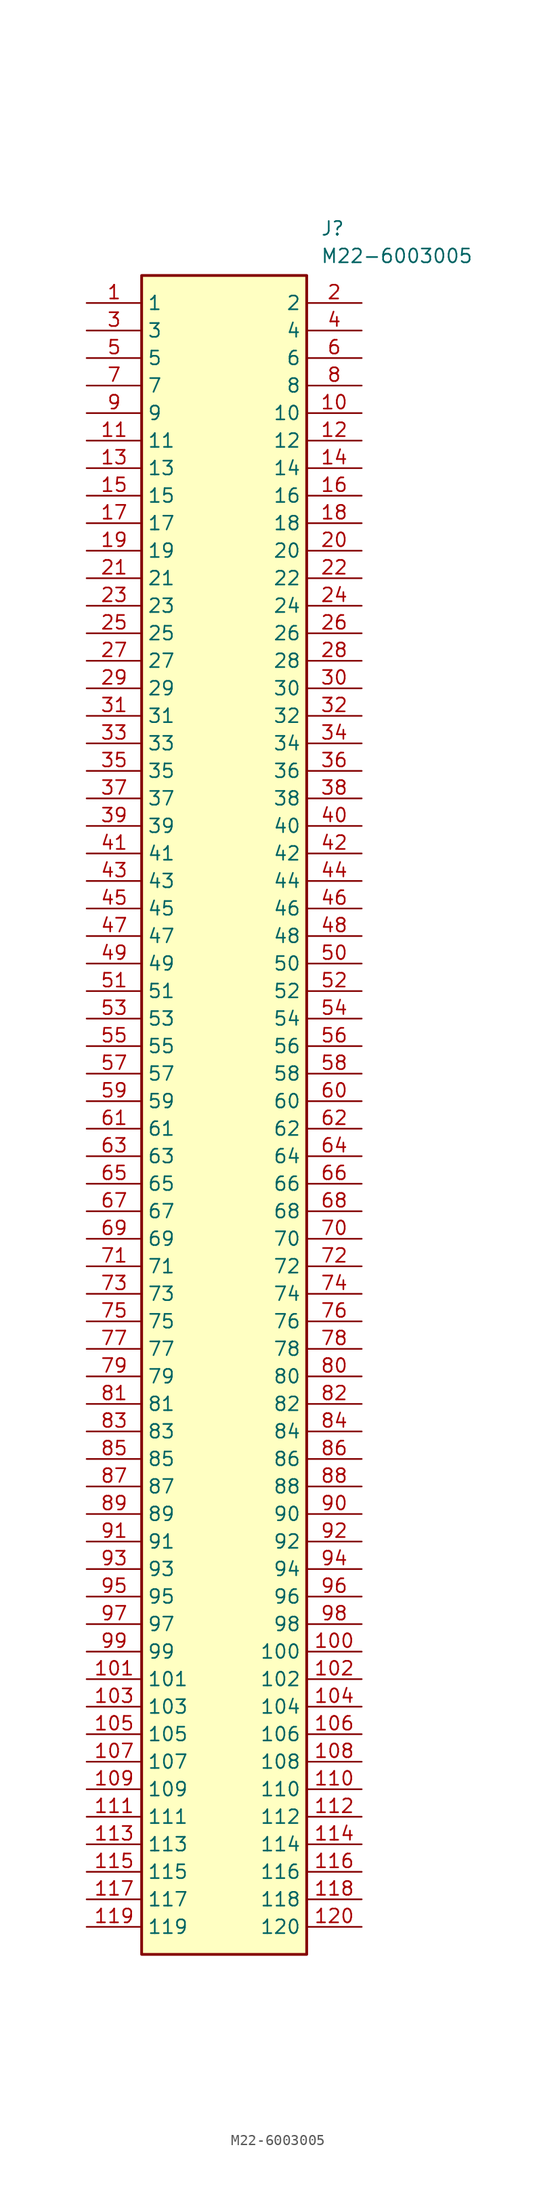
<source format=kicad_sym>
(kicad_symbol_lib
  (version 20220914)
  (generator kicad_symbol_editor)
  (symbol "M22-6003005"
    (property "Reference" "J"
      (at 21.59 7.62 0)
      (effects (font (size 1.27 1.27)) (justify left top)))
    (property "Value" "M22-6003005"
      (at 21.59 5.08 0)
      (effects (font (size 1.27 1.27)) (justify left top)))
    (symbol "M22-6003005_1_1"
      (rectangle (start 5.08 2.54) (end 20.32 -152.4) (stroke (width 0.254) (type default)) (fill (type background)))
      (pin passive line (at 0 0 0) (length 5.08) (name "1" (effects (font (size 1.27 1.27)))) (number "1" (effects (font (size 1.27 1.27)))))
      (pin passive line (at 25.4 -10.16 180) (length 5.08) (name "10" (effects (font (size 1.27 1.27)))) (number "10" (effects (font (size 1.27 1.27)))))
      (pin passive line (at 25.4 -124.46 180) (length 5.08) (name "100" (effects (font (size 1.27 1.27)))) (number "100" (effects (font (size 1.27 1.27)))))
      (pin passive line (at 0 -127 0) (length 5.08) (name "101" (effects (font (size 1.27 1.27)))) (number "101" (effects (font (size 1.27 1.27)))))
      (pin passive line (at 25.4 -127 180) (length 5.08) (name "102" (effects (font (size 1.27 1.27)))) (number "102" (effects (font (size 1.27 1.27)))))
      (pin passive line (at 0 -129.54 0) (length 5.08) (name "103" (effects (font (size 1.27 1.27)))) (number "103" (effects (font (size 1.27 1.27)))))
      (pin passive line (at 25.4 -129.54 180) (length 5.08) (name "104" (effects (font (size 1.27 1.27)))) (number "104" (effects (font (size 1.27 1.27)))))
      (pin passive line (at 0 -132.08 0) (length 5.08) (name "105" (effects (font (size 1.27 1.27)))) (number "105" (effects (font (size 1.27 1.27)))))
      (pin passive line (at 25.4 -132.08 180) (length 5.08) (name "106" (effects (font (size 1.27 1.27)))) (number "106" (effects (font (size 1.27 1.27)))))
      (pin passive line (at 0 -134.62 0) (length 5.08) (name "107" (effects (font (size 1.27 1.27)))) (number "107" (effects (font (size 1.27 1.27)))))
      (pin passive line (at 25.4 -134.62 180) (length 5.08) (name "108" (effects (font (size 1.27 1.27)))) (number "108" (effects (font (size 1.27 1.27)))))
      (pin passive line (at 0 -137.16 0) (length 5.08) (name "109" (effects (font (size 1.27 1.27)))) (number "109" (effects (font (size 1.27 1.27)))))
      (pin passive line (at 0 -12.7 0) (length 5.08) (name "11" (effects (font (size 1.27 1.27)))) (number "11" (effects (font (size 1.27 1.27)))))
      (pin passive line (at 25.4 -137.16 180) (length 5.08) (name "110" (effects (font (size 1.27 1.27)))) (number "110" (effects (font (size 1.27 1.27)))))
      (pin passive line (at 0 -139.7 0) (length 5.08) (name "111" (effects (font (size 1.27 1.27)))) (number "111" (effects (font (size 1.27 1.27)))))
      (pin passive line (at 25.4 -139.7 180) (length 5.08) (name "112" (effects (font (size 1.27 1.27)))) (number "112" (effects (font (size 1.27 1.27)))))
      (pin passive line (at 0 -142.24 0) (length 5.08) (name "113" (effects (font (size 1.27 1.27)))) (number "113" (effects (font (size 1.27 1.27)))))
      (pin passive line (at 25.4 -142.24 180) (length 5.08) (name "114" (effects (font (size 1.27 1.27)))) (number "114" (effects (font (size 1.27 1.27)))))
      (pin passive line (at 0 -144.78 0) (length 5.08) (name "115" (effects (font (size 1.27 1.27)))) (number "115" (effects (font (size 1.27 1.27)))))
      (pin passive line (at 25.4 -144.78 180) (length 5.08) (name "116" (effects (font (size 1.27 1.27)))) (number "116" (effects (font (size 1.27 1.27)))))
      (pin passive line (at 0 -147.32 0) (length 5.08) (name "117" (effects (font (size 1.27 1.27)))) (number "117" (effects (font (size 1.27 1.27)))))
      (pin passive line (at 25.4 -147.32 180) (length 5.08) (name "118" (effects (font (size 1.27 1.27)))) (number "118" (effects (font (size 1.27 1.27)))))
      (pin passive line (at 0 -149.86 0) (length 5.08) (name "119" (effects (font (size 1.27 1.27)))) (number "119" (effects (font (size 1.27 1.27)))))
      (pin passive line (at 25.4 -12.7 180) (length 5.08) (name "12" (effects (font (size 1.27 1.27)))) (number "12" (effects (font (size 1.27 1.27)))))
      (pin passive line (at 25.4 -149.86 180) (length 5.08) (name "120" (effects (font (size 1.27 1.27)))) (number "120" (effects (font (size 1.27 1.27)))))
      (pin passive line (at 0 -15.24 0) (length 5.08) (name "13" (effects (font (size 1.27 1.27)))) (number "13" (effects (font (size 1.27 1.27)))))
      (pin passive line (at 25.4 -15.24 180) (length 5.08) (name "14" (effects (font (size 1.27 1.27)))) (number "14" (effects (font (size 1.27 1.27)))))
      (pin passive line (at 0 -17.78 0) (length 5.08) (name "15" (effects (font (size 1.27 1.27)))) (number "15" (effects (font (size 1.27 1.27)))))
      (pin passive line (at 25.4 -17.78 180) (length 5.08) (name "16" (effects (font (size 1.27 1.27)))) (number "16" (effects (font (size 1.27 1.27)))))
      (pin passive line (at 0 -20.32 0) (length 5.08) (name "17" (effects (font (size 1.27 1.27)))) (number "17" (effects (font (size 1.27 1.27)))))
      (pin passive line (at 25.4 -20.32 180) (length 5.08) (name "18" (effects (font (size 1.27 1.27)))) (number "18" (effects (font (size 1.27 1.27)))))
      (pin passive line (at 0 -22.86 0) (length 5.08) (name "19" (effects (font (size 1.27 1.27)))) (number "19" (effects (font (size 1.27 1.27)))))
      (pin passive line (at 25.4 0 180) (length 5.08) (name "2" (effects (font (size 1.27 1.27)))) (number "2" (effects (font (size 1.27 1.27)))))
      (pin passive line (at 25.4 -22.86 180) (length 5.08) (name "20" (effects (font (size 1.27 1.27)))) (number "20" (effects (font (size 1.27 1.27)))))
      (pin passive line (at 0 -25.4 0) (length 5.08) (name "21" (effects (font (size 1.27 1.27)))) (number "21" (effects (font (size 1.27 1.27)))))
      (pin passive line (at 25.4 -25.4 180) (length 5.08) (name "22" (effects (font (size 1.27 1.27)))) (number "22" (effects (font (size 1.27 1.27)))))
      (pin passive line (at 0 -27.94 0) (length 5.08) (name "23" (effects (font (size 1.27 1.27)))) (number "23" (effects (font (size 1.27 1.27)))))
      (pin passive line (at 25.4 -27.94 180) (length 5.08) (name "24" (effects (font (size 1.27 1.27)))) (number "24" (effects (font (size 1.27 1.27)))))
      (pin passive line (at 0 -30.48 0) (length 5.08) (name "25" (effects (font (size 1.27 1.27)))) (number "25" (effects (font (size 1.27 1.27)))))
      (pin passive line (at 25.4 -30.48 180) (length 5.08) (name "26" (effects (font (size 1.27 1.27)))) (number "26" (effects (font (size 1.27 1.27)))))
      (pin passive line (at 0 -33.02 0) (length 5.08) (name "27" (effects (font (size 1.27 1.27)))) (number "27" (effects (font (size 1.27 1.27)))))
      (pin passive line (at 25.4 -33.02 180) (length 5.08) (name "28" (effects (font (size 1.27 1.27)))) (number "28" (effects (font (size 1.27 1.27)))))
      (pin passive line (at 0 -35.56 0) (length 5.08) (name "29" (effects (font (size 1.27 1.27)))) (number "29" (effects (font (size 1.27 1.27)))))
      (pin passive line (at 0 -2.54 0) (length 5.08) (name "3" (effects (font (size 1.27 1.27)))) (number "3" (effects (font (size 1.27 1.27)))))
      (pin passive line (at 25.4 -35.56 180) (length 5.08) (name "30" (effects (font (size 1.27 1.27)))) (number "30" (effects (font (size 1.27 1.27)))))
      (pin passive line (at 0 -38.1 0) (length 5.08) (name "31" (effects (font (size 1.27 1.27)))) (number "31" (effects (font (size 1.27 1.27)))))
      (pin passive line (at 25.4 -38.1 180) (length 5.08) (name "32" (effects (font (size 1.27 1.27)))) (number "32" (effects (font (size 1.27 1.27)))))
      (pin passive line (at 0 -40.64 0) (length 5.08) (name "33" (effects (font (size 1.27 1.27)))) (number "33" (effects (font (size 1.27 1.27)))))
      (pin passive line (at 25.4 -40.64 180) (length 5.08) (name "34" (effects (font (size 1.27 1.27)))) (number "34" (effects (font (size 1.27 1.27)))))
      (pin passive line (at 0 -43.18 0) (length 5.08) (name "35" (effects (font (size 1.27 1.27)))) (number "35" (effects (font (size 1.27 1.27)))))
      (pin passive line (at 25.4 -43.18 180) (length 5.08) (name "36" (effects (font (size 1.27 1.27)))) (number "36" (effects (font (size 1.27 1.27)))))
      (pin passive line (at 0 -45.72 0) (length 5.08) (name "37" (effects (font (size 1.27 1.27)))) (number "37" (effects (font (size 1.27 1.27)))))
      (pin passive line (at 25.4 -45.72 180) (length 5.08) (name "38" (effects (font (size 1.27 1.27)))) (number "38" (effects (font (size 1.27 1.27)))))
      (pin passive line (at 0 -48.26 0) (length 5.08) (name "39" (effects (font (size 1.27 1.27)))) (number "39" (effects (font (size 1.27 1.27)))))
      (pin passive line (at 25.4 -2.54 180) (length 5.08) (name "4" (effects (font (size 1.27 1.27)))) (number "4" (effects (font (size 1.27 1.27)))))
      (pin passive line (at 25.4 -48.26 180) (length 5.08) (name "40" (effects (font (size 1.27 1.27)))) (number "40" (effects (font (size 1.27 1.27)))))
      (pin passive line (at 0 -50.8 0) (length 5.08) (name "41" (effects (font (size 1.27 1.27)))) (number "41" (effects (font (size 1.27 1.27)))))
      (pin passive line (at 25.4 -50.8 180) (length 5.08) (name "42" (effects (font (size 1.27 1.27)))) (number "42" (effects (font (size 1.27 1.27)))))
      (pin passive line (at 0 -53.34 0) (length 5.08) (name "43" (effects (font (size 1.27 1.27)))) (number "43" (effects (font (size 1.27 1.27)))))
      (pin passive line (at 25.4 -53.34 180) (length 5.08) (name "44" (effects (font (size 1.27 1.27)))) (number "44" (effects (font (size 1.27 1.27)))))
      (pin passive line (at 0 -55.88 0) (length 5.08) (name "45" (effects (font (size 1.27 1.27)))) (number "45" (effects (font (size 1.27 1.27)))))
      (pin passive line (at 25.4 -55.88 180) (length 5.08) (name "46" (effects (font (size 1.27 1.27)))) (number "46" (effects (font (size 1.27 1.27)))))
      (pin passive line (at 0 -58.42 0) (length 5.08) (name "47" (effects (font (size 1.27 1.27)))) (number "47" (effects (font (size 1.27 1.27)))))
      (pin passive line (at 25.4 -58.42 180) (length 5.08) (name "48" (effects (font (size 1.27 1.27)))) (number "48" (effects (font (size 1.27 1.27)))))
      (pin passive line (at 0 -60.96 0) (length 5.08) (name "49" (effects (font (size 1.27 1.27)))) (number "49" (effects (font (size 1.27 1.27)))))
      (pin passive line (at 0 -5.08 0) (length 5.08) (name "5" (effects (font (size 1.27 1.27)))) (number "5" (effects (font (size 1.27 1.27)))))
      (pin passive line (at 25.4 -60.96 180) (length 5.08) (name "50" (effects (font (size 1.27 1.27)))) (number "50" (effects (font (size 1.27 1.27)))))
      (pin passive line (at 0 -63.5 0) (length 5.08) (name "51" (effects (font (size 1.27 1.27)))) (number "51" (effects (font (size 1.27 1.27)))))
      (pin passive line (at 25.4 -63.5 180) (length 5.08) (name "52" (effects (font (size 1.27 1.27)))) (number "52" (effects (font (size 1.27 1.27)))))
      (pin passive line (at 0 -66.04 0) (length 5.08) (name "53" (effects (font (size 1.27 1.27)))) (number "53" (effects (font (size 1.27 1.27)))))
      (pin passive line (at 25.4 -66.04 180) (length 5.08) (name "54" (effects (font (size 1.27 1.27)))) (number "54" (effects (font (size 1.27 1.27)))))
      (pin passive line (at 0 -68.58 0) (length 5.08) (name "55" (effects (font (size 1.27 1.27)))) (number "55" (effects (font (size 1.27 1.27)))))
      (pin passive line (at 25.4 -68.58 180) (length 5.08) (name "56" (effects (font (size 1.27 1.27)))) (number "56" (effects (font (size 1.27 1.27)))))
      (pin passive line (at 0 -71.12 0) (length 5.08) (name "57" (effects (font (size 1.27 1.27)))) (number "57" (effects (font (size 1.27 1.27)))))
      (pin passive line (at 25.4 -71.12 180) (length 5.08) (name "58" (effects (font (size 1.27 1.27)))) (number "58" (effects (font (size 1.27 1.27)))))
      (pin passive line (at 0 -73.66 0) (length 5.08) (name "59" (effects (font (size 1.27 1.27)))) (number "59" (effects (font (size 1.27 1.27)))))
      (pin passive line (at 25.4 -5.08 180) (length 5.08) (name "6" (effects (font (size 1.27 1.27)))) (number "6" (effects (font (size 1.27 1.27)))))
      (pin passive line (at 25.4 -73.66 180) (length 5.08) (name "60" (effects (font (size 1.27 1.27)))) (number "60" (effects (font (size 1.27 1.27)))))
      (pin passive line (at 0 -76.2 0) (length 5.08) (name "61" (effects (font (size 1.27 1.27)))) (number "61" (effects (font (size 1.27 1.27)))))
      (pin passive line (at 25.4 -76.2 180) (length 5.08) (name "62" (effects (font (size 1.27 1.27)))) (number "62" (effects (font (size 1.27 1.27)))))
      (pin passive line (at 0 -78.74 0) (length 5.08) (name "63" (effects (font (size 1.27 1.27)))) (number "63" (effects (font (size 1.27 1.27)))))
      (pin passive line (at 25.4 -78.74 180) (length 5.08) (name "64" (effects (font (size 1.27 1.27)))) (number "64" (effects (font (size 1.27 1.27)))))
      (pin passive line (at 0 -81.28 0) (length 5.08) (name "65" (effects (font (size 1.27 1.27)))) (number "65" (effects (font (size 1.27 1.27)))))
      (pin passive line (at 25.4 -81.28 180) (length 5.08) (name "66" (effects (font (size 1.27 1.27)))) (number "66" (effects (font (size 1.27 1.27)))))
      (pin passive line (at 0 -83.82 0) (length 5.08) (name "67" (effects (font (size 1.27 1.27)))) (number "67" (effects (font (size 1.27 1.27)))))
      (pin passive line (at 25.4 -83.82 180) (length 5.08) (name "68" (effects (font (size 1.27 1.27)))) (number "68" (effects (font (size 1.27 1.27)))))
      (pin passive line (at 0 -86.36 0) (length 5.08) (name "69" (effects (font (size 1.27 1.27)))) (number "69" (effects (font (size 1.27 1.27)))))
      (pin passive line (at 0 -7.62 0) (length 5.08) (name "7" (effects (font (size 1.27 1.27)))) (number "7" (effects (font (size 1.27 1.27)))))
      (pin passive line (at 25.4 -86.36 180) (length 5.08) (name "70" (effects (font (size 1.27 1.27)))) (number "70" (effects (font (size 1.27 1.27)))))
      (pin passive line (at 0 -88.9 0) (length 5.08) (name "71" (effects (font (size 1.27 1.27)))) (number "71" (effects (font (size 1.27 1.27)))))
      (pin passive line (at 25.4 -88.9 180) (length 5.08) (name "72" (effects (font (size 1.27 1.27)))) (number "72" (effects (font (size 1.27 1.27)))))
      (pin passive line (at 0 -91.44 0) (length 5.08) (name "73" (effects (font (size 1.27 1.27)))) (number "73" (effects (font (size 1.27 1.27)))))
      (pin passive line (at 25.4 -91.44 180) (length 5.08) (name "74" (effects (font (size 1.27 1.27)))) (number "74" (effects (font (size 1.27 1.27)))))
      (pin passive line (at 0 -93.98 0) (length 5.08) (name "75" (effects (font (size 1.27 1.27)))) (number "75" (effects (font (size 1.27 1.27)))))
      (pin passive line (at 25.4 -93.98 180) (length 5.08) (name "76" (effects (font (size 1.27 1.27)))) (number "76" (effects (font (size 1.27 1.27)))))
      (pin passive line (at 0 -96.52 0) (length 5.08) (name "77" (effects (font (size 1.27 1.27)))) (number "77" (effects (font (size 1.27 1.27)))))
      (pin passive line (at 25.4 -96.52 180) (length 5.08) (name "78" (effects (font (size 1.27 1.27)))) (number "78" (effects (font (size 1.27 1.27)))))
      (pin passive line (at 0 -99.06 0) (length 5.08) (name "79" (effects (font (size 1.27 1.27)))) (number "79" (effects (font (size 1.27 1.27)))))
      (pin passive line (at 25.4 -7.62 180) (length 5.08) (name "8" (effects (font (size 1.27 1.27)))) (number "8" (effects (font (size 1.27 1.27)))))
      (pin passive line (at 25.4 -99.06 180) (length 5.08) (name "80" (effects (font (size 1.27 1.27)))) (number "80" (effects (font (size 1.27 1.27)))))
      (pin passive line (at 0 -101.6 0) (length 5.08) (name "81" (effects (font (size 1.27 1.27)))) (number "81" (effects (font (size 1.27 1.27)))))
      (pin passive line (at 25.4 -101.6 180) (length 5.08) (name "82" (effects (font (size 1.27 1.27)))) (number "82" (effects (font (size 1.27 1.27)))))
      (pin passive line (at 0 -104.14 0) (length 5.08) (name "83" (effects (font (size 1.27 1.27)))) (number "83" (effects (font (size 1.27 1.27)))))
      (pin passive line (at 25.4 -104.14 180) (length 5.08) (name "84" (effects (font (size 1.27 1.27)))) (number "84" (effects (font (size 1.27 1.27)))))
      (pin passive line (at 0 -106.68 0) (length 5.08) (name "85" (effects (font (size 1.27 1.27)))) (number "85" (effects (font (size 1.27 1.27)))))
      (pin passive line (at 25.4 -106.68 180) (length 5.08) (name "86" (effects (font (size 1.27 1.27)))) (number "86" (effects (font (size 1.27 1.27)))))
      (pin passive line (at 0 -109.22 0) (length 5.08) (name "87" (effects (font (size 1.27 1.27)))) (number "87" (effects (font (size 1.27 1.27)))))
      (pin passive line (at 25.4 -109.22 180) (length 5.08) (name "88" (effects (font (size 1.27 1.27)))) (number "88" (effects (font (size 1.27 1.27)))))
      (pin passive line (at 0 -111.76 0) (length 5.08) (name "89" (effects (font (size 1.27 1.27)))) (number "89" (effects (font (size 1.27 1.27)))))
      (pin passive line (at 0 -10.16 0) (length 5.08) (name "9" (effects (font (size 1.27 1.27)))) (number "9" (effects (font (size 1.27 1.27)))))
      (pin passive line (at 25.4 -111.76 180) (length 5.08) (name "90" (effects (font (size 1.27 1.27)))) (number "90" (effects (font (size 1.27 1.27)))))
      (pin passive line (at 0 -114.3 0) (length 5.08) (name "91" (effects (font (size 1.27 1.27)))) (number "91" (effects (font (size 1.27 1.27)))))
      (pin passive line (at 25.4 -114.3 180) (length 5.08) (name "92" (effects (font (size 1.27 1.27)))) (number "92" (effects (font (size 1.27 1.27)))))
      (pin passive line (at 0 -116.84 0) (length 5.08) (name "93" (effects (font (size 1.27 1.27)))) (number "93" (effects (font (size 1.27 1.27)))))
      (pin passive line (at 25.4 -116.84 180) (length 5.08) (name "94" (effects (font (size 1.27 1.27)))) (number "94" (effects (font (size 1.27 1.27)))))
      (pin passive line (at 0 -119.38 0) (length 5.08) (name "95" (effects (font (size 1.27 1.27)))) (number "95" (effects (font (size 1.27 1.27)))))
      (pin passive line (at 25.4 -119.38 180) (length 5.08) (name "96" (effects (font (size 1.27 1.27)))) (number "96" (effects (font (size 1.27 1.27)))))
      (pin passive line (at 0 -121.92 0) (length 5.08) (name "97" (effects (font (size 1.27 1.27)))) (number "97" (effects (font (size 1.27 1.27)))))
      (pin passive line (at 25.4 -121.92 180) (length 5.08) (name "98" (effects (font (size 1.27 1.27)))) (number "98" (effects (font (size 1.27 1.27)))))
      (pin passive line (at 0 -124.46 0) (length 5.08) (name "99" (effects (font (size 1.27 1.27)))) (number "99" (effects (font (size 1.27 1.27))))))))
</source>
